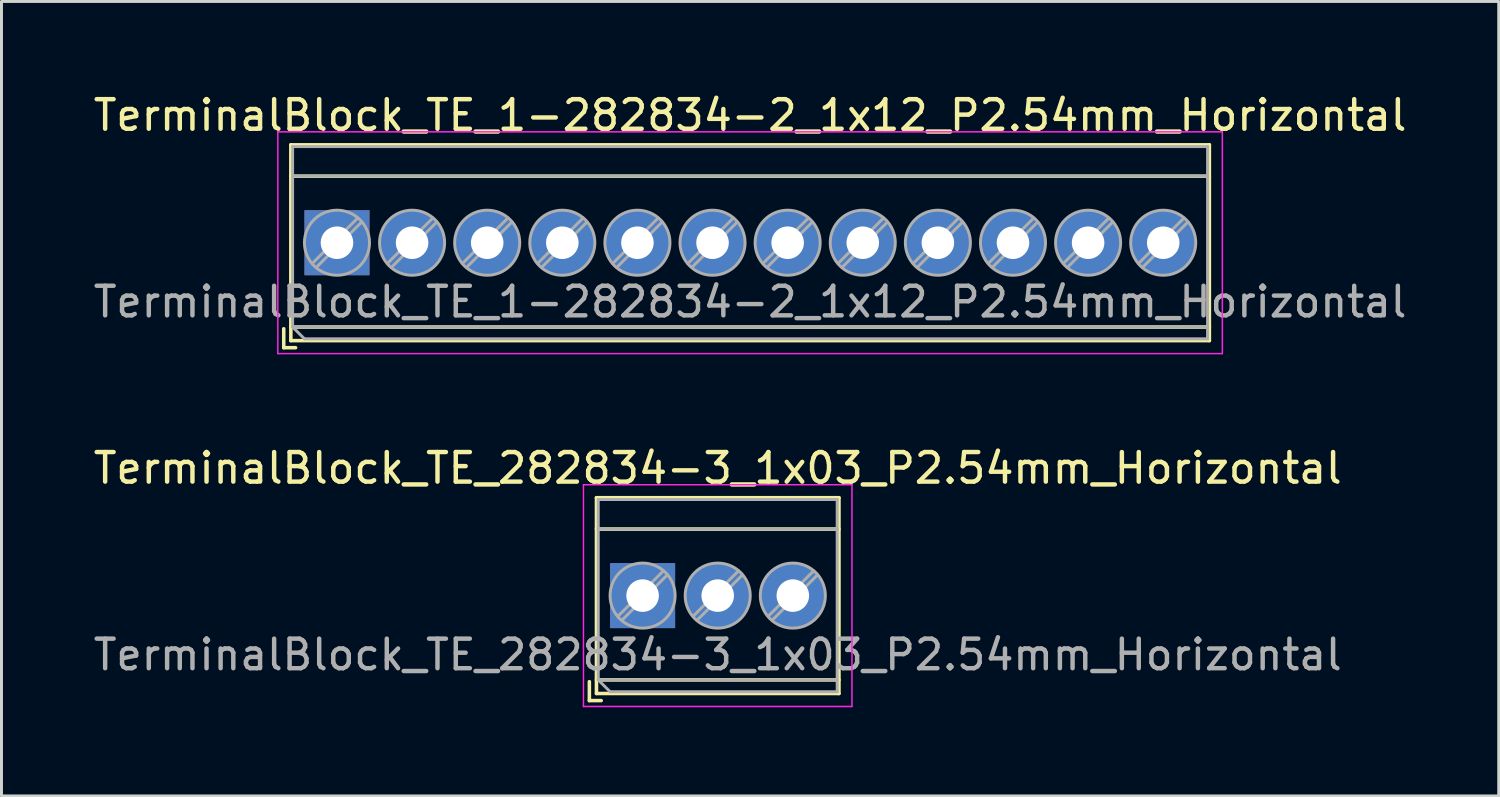
<source format=kicad_pcb>
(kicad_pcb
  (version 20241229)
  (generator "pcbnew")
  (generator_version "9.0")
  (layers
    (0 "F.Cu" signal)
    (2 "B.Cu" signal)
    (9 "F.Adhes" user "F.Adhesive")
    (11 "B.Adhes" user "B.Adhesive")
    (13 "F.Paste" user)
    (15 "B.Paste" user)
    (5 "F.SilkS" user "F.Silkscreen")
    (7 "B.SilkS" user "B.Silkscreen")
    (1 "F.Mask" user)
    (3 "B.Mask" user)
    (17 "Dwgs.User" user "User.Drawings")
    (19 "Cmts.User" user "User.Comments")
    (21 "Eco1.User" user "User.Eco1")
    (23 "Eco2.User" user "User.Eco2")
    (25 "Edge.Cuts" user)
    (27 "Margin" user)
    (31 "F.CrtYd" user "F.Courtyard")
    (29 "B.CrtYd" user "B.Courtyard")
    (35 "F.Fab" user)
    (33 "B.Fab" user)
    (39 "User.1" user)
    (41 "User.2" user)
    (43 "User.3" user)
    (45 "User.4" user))
  (footprint "TerminalBlock_TE_1-282834-2_1x12_P2.54mm_Horizontal"
    (layer "F.Cu")
    (at 8.345 5.158)
    (property "Reference" "TerminalBlock_TE_1-282834-2_1x12_P2.54mm_Horizontal" (at 13.97 -4.31 0) (layer "F.SilkS") (effects (font (size 1 1) (thickness 0.15))))
    (attr through_hole)
    (fp_line (start -1.8 2.91) (end -1.8 3.55) (stroke (width 0.12) (type solid)) (layer "F.SilkS"))
    (fp_line (start -1.8 3.55) (end -1.4 3.55) (stroke (width 0.12) (type solid)) (layer "F.SilkS"))
    (fp_line (start -1.56 -3.31) (end -1.56 3.31) (stroke (width 0.12) (type solid)) (layer "F.SilkS"))
    (fp_line (start -1.56 -3.31) (end 29.501 -3.31) (stroke (width 0.12) (type solid)) (layer "F.SilkS"))
    (fp_line (start -1.56 -2.25) (end 29.501 -2.25) (stroke (width 0.12) (type solid)) (layer "F.SilkS"))
    (fp_line (start -1.56 2.85) (end 29.501 2.85) (stroke (width 0.12) (type solid)) (layer "F.SilkS"))
    (fp_line (start -1.56 3.31) (end 29.501 3.31) (stroke (width 0.12) (type solid)) (layer "F.SilkS"))
    (fp_line (start 29.501 -3.31) (end 29.501 3.31) (stroke (width 0.12) (type solid)) (layer "F.SilkS"))
    (fp_line (start -2 -3.75) (end -2 3.75) (stroke (width 0.05) (type solid)) (layer "F.CrtYd"))
    (fp_line (start -2 3.75) (end 29.94 3.75) (stroke (width 0.05) (type solid)) (layer "F.CrtYd"))
    (fp_line (start 29.94 -3.75) (end -2 -3.75) (stroke (width 0.05) (type solid)) (layer "F.CrtYd"))
    (fp_line (start 29.94 3.75) (end 29.94 -3.75) (stroke (width 0.05) (type solid)) (layer "F.CrtYd"))
    (fp_line (start -1.5 -3.25) (end 29.44 -3.25) (stroke (width 0.1) (type solid)) (layer "F.Fab"))
    (fp_line (start -1.5 -2.25) (end 29.44 -2.25) (stroke (width 0.1) (type solid)) (layer "F.Fab"))
    (fp_line (start -1.5 2.85) (end -1.5 -3.25) (stroke (width 0.1) (type solid)) (layer "F.Fab"))
    (fp_line (start -1.5 2.85) (end 29.44 2.85) (stroke (width 0.1) (type solid)) (layer "F.Fab"))
    (fp_line (start -1.1 3.25) (end -1.5 2.85) (stroke (width 0.1) (type solid)) (layer "F.Fab"))
    (fp_line (start 0.701 -0.835) (end -0.835 0.7) (stroke (width 0.1) (type solid)) (layer "F.Fab"))
    (fp_line (start 0.835 -0.7) (end -0.701 0.835) (stroke (width 0.1) (type solid)) (layer "F.Fab"))
    (fp_line (start 3.241 -0.835) (end 1.706 0.7) (stroke (width 0.1) (type solid)) (layer "F.Fab"))
    (fp_line (start 3.375 -0.7) (end 1.84 0.835) (stroke (width 0.1) (type solid)) (layer "F.Fab"))
    (fp_line (start 5.781 -0.835) (end 4.246 0.7) (stroke (width 0.1) (type solid)) (layer "F.Fab"))
    (fp_line (start 5.915 -0.7) (end 4.38 0.835) (stroke (width 0.1) (type solid)) (layer "F.Fab"))
    (fp_line (start 8.321 -0.835) (end 6.786 0.7) (stroke (width 0.1) (type solid)) (layer "F.Fab"))
    (fp_line (start 8.455 -0.7) (end 6.92 0.835) (stroke (width 0.1) (type solid)) (layer "F.Fab"))
    (fp_line (start 10.861 -0.835) (end 9.326 0.7) (stroke (width 0.1) (type solid)) (layer "F.Fab"))
    (fp_line (start 10.995 -0.7) (end 9.46 0.835) (stroke (width 0.1) (type solid)) (layer "F.Fab"))
    (fp_line (start 13.401 -0.835) (end 11.866 0.7) (stroke (width 0.1) (type solid)) (layer "F.Fab"))
    (fp_line (start 13.535 -0.7) (end 12 0.835) (stroke (width 0.1) (type solid)) (layer "F.Fab"))
    (fp_line (start 15.941 -0.835) (end 14.406 0.7) (stroke (width 0.1) (type solid)) (layer "F.Fab"))
    (fp_line (start 16.075 -0.7) (end 14.54 0.835) (stroke (width 0.1) (type solid)) (layer "F.Fab"))
    (fp_line (start 18.481 -0.835) (end 16.946 0.7) (stroke (width 0.1) (type solid)) (layer "F.Fab"))
    (fp_line (start 18.615 -0.7) (end 17.08 0.835) (stroke (width 0.1) (type solid)) (layer "F.Fab"))
    (fp_line (start 21.021 -0.835) (end 19.486 0.7) (stroke (width 0.1) (type solid)) (layer "F.Fab"))
    (fp_line (start 21.155 -0.7) (end 19.62 0.835) (stroke (width 0.1) (type solid)) (layer "F.Fab"))
    (fp_line (start 23.561 -0.835) (end 22.026 0.7) (stroke (width 0.1) (type solid)) (layer "F.Fab"))
    (fp_line (start 23.695 -0.7) (end 22.16 0.835) (stroke (width 0.1) (type solid)) (layer "F.Fab"))
    (fp_line (start 26.101 -0.835) (end 24.566 0.7) (stroke (width 0.1) (type solid)) (layer "F.Fab"))
    (fp_line (start 26.235 -0.7) (end 24.7 0.835) (stroke (width 0.1) (type solid)) (layer "F.Fab"))
    (fp_line (start 28.641 -0.835) (end 27.106 0.7) (stroke (width 0.1) (type solid)) (layer "F.Fab"))
    (fp_line (start 28.775 -0.7) (end 27.24 0.835) (stroke (width 0.1) (type solid)) (layer "F.Fab"))
    (fp_line (start 29.44 -3.25) (end 29.44 3.25) (stroke (width 0.1) (type solid)) (layer "F.Fab"))
    (fp_line (start 29.44 3.25) (end -1.1 3.25) (stroke (width 0.1) (type solid)) (layer "F.Fab"))
    (fp_circle (center 0 0) (end 1.1 0) (stroke (width 0.1) (type solid)) (fill no) (layer "F.Fab"))
    (fp_circle (center 2.54 0) (end 3.64 0) (stroke (width 0.1) (type solid)) (fill no) (layer "F.Fab"))
    (fp_circle (center 5.08 0) (end 6.18 0) (stroke (width 0.1) (type solid)) (fill no) (layer "F.Fab"))
    (fp_circle (center 7.62 0) (end 8.72 0) (stroke (width 0.1) (type solid)) (fill no) (layer "F.Fab"))
    (fp_circle (center 10.16 0) (end 11.26 0) (stroke (width 0.1) (type solid)) (fill no) (layer "F.Fab"))
    (fp_circle (center 12.7 0) (end 13.8 0) (stroke (width 0.1) (type solid)) (fill no) (layer "F.Fab"))
    (fp_circle (center 15.24 0) (end 16.34 0) (stroke (width 0.1) (type solid)) (fill no) (layer "F.Fab"))
    (fp_circle (center 17.78 0) (end 18.88 0) (stroke (width 0.1) (type solid)) (fill no) (layer "F.Fab"))
    (fp_circle (center 20.32 0) (end 21.42 0) (stroke (width 0.1) (type solid)) (fill no) (layer "F.Fab"))
    (fp_circle (center 22.86 0) (end 23.96 0) (stroke (width 0.1) (type solid)) (fill no) (layer "F.Fab"))
    (fp_circle (center 25.4 0) (end 26.5 0) (stroke (width 0.1) (type solid)) (fill no) (layer "F.Fab"))
    (fp_circle (center 27.94 0) (end 29.04 0) (stroke (width 0.1) (type solid)) (fill no) (layer "F.Fab"))
    (fp_text user "${REFERENCE}" (at 13.97 2 0) (layer "F.Fab") (effects (font (size 1 1) (thickness 0.15))))
    (pad "1" thru_hole rect (at 0 0) (size 2.2 2.2) (drill 1.1) (layers "*.Cu" "*.Mask"))
    (pad "2" thru_hole circle (at 2.54 0) (size 2.2 2.2) (drill 1.1) (layers "*.Cu" "*.Mask"))
    (pad "3" thru_hole circle (at 5.08 0) (size 2.2 2.2) (drill 1.1) (layers "*.Cu" "*.Mask"))
    (pad "4" thru_hole circle (at 7.62 0) (size 2.2 2.2) (drill 1.1) (layers "*.Cu" "*.Mask"))
    (pad "5" thru_hole circle (at 10.16 0) (size 2.2 2.2) (drill 1.1) (layers "*.Cu" "*.Mask"))
    (pad "6" thru_hole circle (at 12.7 0) (size 2.2 2.2) (drill 1.1) (layers "*.Cu" "*.Mask"))
    (pad "7" thru_hole circle (at 15.24 0) (size 2.2 2.2) (drill 1.1) (layers "*.Cu" "*.Mask"))
    (pad "8" thru_hole circle (at 17.78 0) (size 2.2 2.2) (drill 1.1) (layers "*.Cu" "*.Mask"))
    (pad "9" thru_hole circle (at 20.32 0) (size 2.2 2.2) (drill 1.1) (layers "*.Cu" "*.Mask"))
    (pad "10" thru_hole circle (at 22.86 0) (size 2.2 2.2) (drill 1.1) (layers "*.Cu" "*.Mask"))
    (pad "11" thru_hole circle (at 25.4 0) (size 2.2 2.2) (drill 1.1) (layers "*.Cu" "*.Mask"))
    (pad "12" thru_hole circle (at 27.94 0) (size 2.2 2.2) (drill 1.1) (layers "*.Cu" "*.Mask")))
  (footprint "TerminalBlock_TE_282834-3_1x03_P2.54mm_Horizontal"
    (layer "F.Cu")
    (at 18.68 17.091)
    (property "Reference" "TerminalBlock_TE_282834-3_1x03_P2.54mm_Horizontal" (at 2.54 -4.31 0) (layer "F.SilkS") (effects (font (size 1 1) (thickness 0.15))))
    (attr through_hole)
    (fp_line (start -1.8 2.91) (end -1.8 3.55) (stroke (width 0.12) (type solid)) (layer "F.SilkS"))
    (fp_line (start -1.8 3.55) (end -1.4 3.55) (stroke (width 0.12) (type solid)) (layer "F.SilkS"))
    (fp_line (start -1.56 -3.31) (end -1.56 3.31) (stroke (width 0.12) (type solid)) (layer "F.SilkS"))
    (fp_line (start -1.56 -3.31) (end 6.64 -3.31) (stroke (width 0.12) (type solid)) (layer "F.SilkS"))
    (fp_line (start -1.56 -2.25) (end 6.64 -2.25) (stroke (width 0.12) (type solid)) (layer "F.SilkS"))
    (fp_line (start -1.56 2.85) (end 6.64 2.85) (stroke (width 0.12) (type solid)) (layer "F.SilkS"))
    (fp_line (start -1.56 3.31) (end 6.64 3.31) (stroke (width 0.12) (type solid)) (layer "F.SilkS"))
    (fp_line (start 6.64 -3.31) (end 6.64 3.31) (stroke (width 0.12) (type solid)) (layer "F.SilkS"))
    (fp_line (start -2 -3.75) (end -2 3.75) (stroke (width 0.05) (type solid)) (layer "F.CrtYd"))
    (fp_line (start -2 3.75) (end 7.08 3.75) (stroke (width 0.05) (type solid)) (layer "F.CrtYd"))
    (fp_line (start 7.08 -3.75) (end -2 -3.75) (stroke (width 0.05) (type solid)) (layer "F.CrtYd"))
    (fp_line (start 7.08 3.75) (end 7.08 -3.75) (stroke (width 0.05) (type solid)) (layer "F.CrtYd"))
    (fp_line (start -1.5 -3.25) (end 6.58 -3.25) (stroke (width 0.1) (type solid)) (layer "F.Fab"))
    (fp_line (start -1.5 -2.25) (end 6.58 -2.25) (stroke (width 0.1) (type solid)) (layer "F.Fab"))
    (fp_line (start -1.5 2.85) (end -1.5 -3.25) (stroke (width 0.1) (type solid)) (layer "F.Fab"))
    (fp_line (start -1.5 2.85) (end 6.58 2.85) (stroke (width 0.1) (type solid)) (layer "F.Fab"))
    (fp_line (start -1.1 3.25) (end -1.5 2.85) (stroke (width 0.1) (type solid)) (layer "F.Fab"))
    (fp_line (start 0.701 -0.835) (end -0.835 0.7) (stroke (width 0.1) (type solid)) (layer "F.Fab"))
    (fp_line (start 0.835 -0.7) (end -0.701 0.835) (stroke (width 0.1) (type solid)) (layer "F.Fab"))
    (fp_line (start 3.241 -0.835) (end 1.706 0.7) (stroke (width 0.1) (type solid)) (layer "F.Fab"))
    (fp_line (start 3.375 -0.7) (end 1.84 0.835) (stroke (width 0.1) (type solid)) (layer "F.Fab"))
    (fp_line (start 5.781 -0.835) (end 4.246 0.7) (stroke (width 0.1) (type solid)) (layer "F.Fab"))
    (fp_line (start 5.915 -0.7) (end 4.38 0.835) (stroke (width 0.1) (type solid)) (layer "F.Fab"))
    (fp_line (start 6.58 -3.25) (end 6.58 3.25) (stroke (width 0.1) (type solid)) (layer "F.Fab"))
    (fp_line (start 6.58 3.25) (end -1.1 3.25) (stroke (width 0.1) (type solid)) (layer "F.Fab"))
    (fp_circle (center 0 0) (end 1.1 0) (stroke (width 0.1) (type solid)) (fill no) (layer "F.Fab"))
    (fp_circle (center 2.54 0) (end 3.64 0) (stroke (width 0.1) (type solid)) (fill no) (layer "F.Fab"))
    (fp_circle (center 5.08 0) (end 6.18 0) (stroke (width 0.1) (type solid)) (fill no) (layer "F.Fab"))
    (fp_text user "${REFERENCE}" (at 2.54 2 0) (layer "F.Fab") (effects (font (size 1 1) (thickness 0.15))))
    (pad "1" thru_hole rect (at 0 0) (size 2.2 2.2) (drill 1.1) (layers "*.Cu" "*.Mask"))
    (pad "2" thru_hole circle (at 2.54 0) (size 2.2 2.2) (drill 1.1) (layers "*.Cu" "*.Mask"))
    (pad "3" thru_hole circle (at 5.08 0) (size 2.2 2.2) (drill 1.1) (layers "*.Cu" "*.Mask")))
  (gr_rect
    (start -3 -3)
    (end 47.631 23.866)
    (stroke (width 0.1) (type default))
    (fill no)
    (layer "Edge.Cuts")))
</source>
